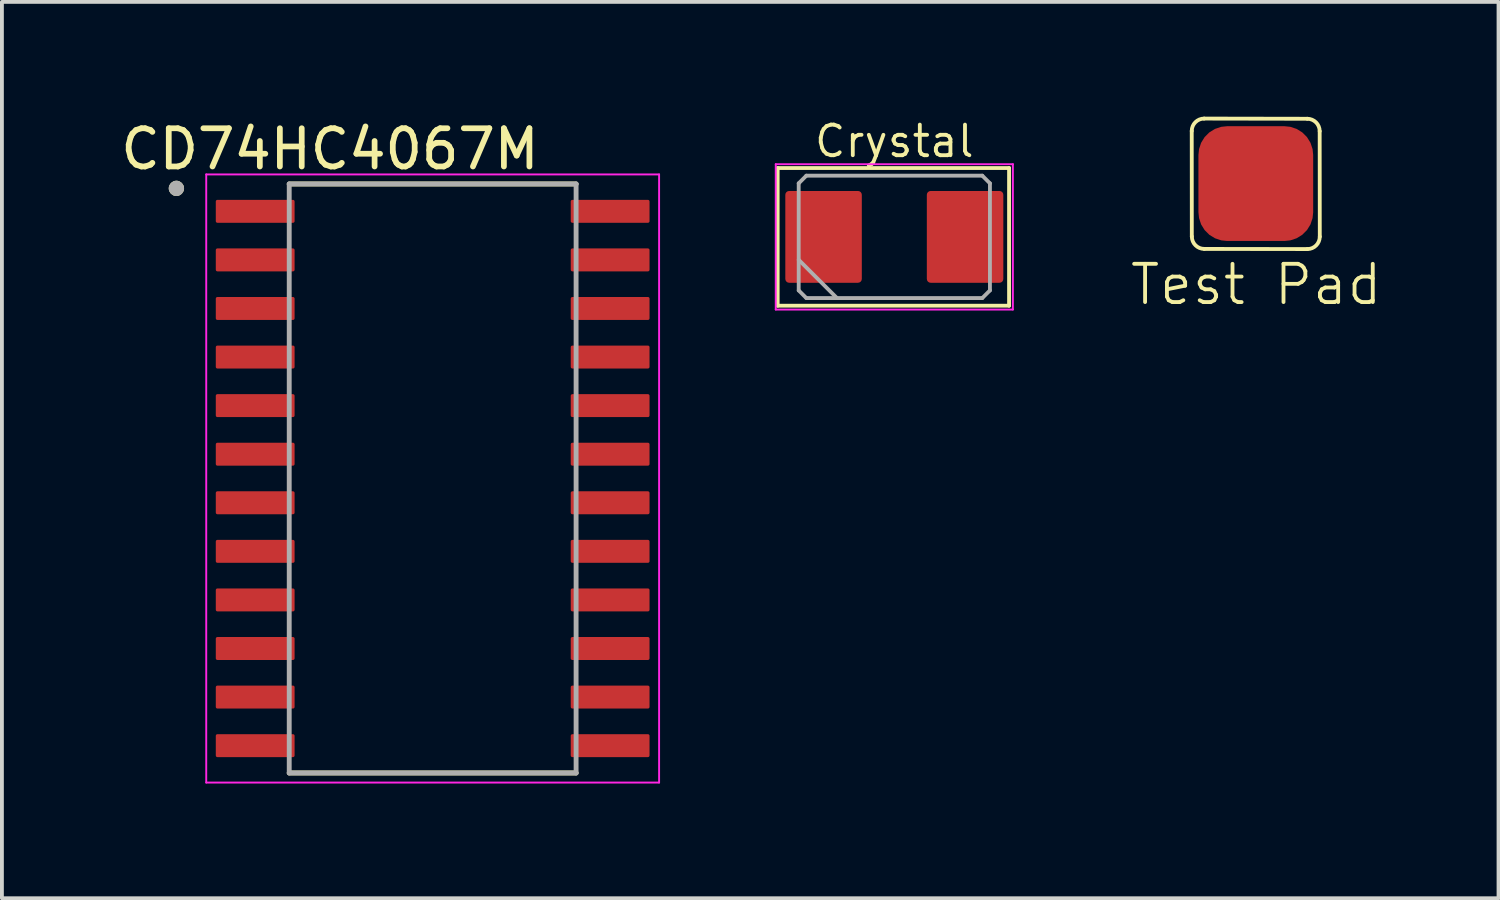
<source format=kicad_pcb>
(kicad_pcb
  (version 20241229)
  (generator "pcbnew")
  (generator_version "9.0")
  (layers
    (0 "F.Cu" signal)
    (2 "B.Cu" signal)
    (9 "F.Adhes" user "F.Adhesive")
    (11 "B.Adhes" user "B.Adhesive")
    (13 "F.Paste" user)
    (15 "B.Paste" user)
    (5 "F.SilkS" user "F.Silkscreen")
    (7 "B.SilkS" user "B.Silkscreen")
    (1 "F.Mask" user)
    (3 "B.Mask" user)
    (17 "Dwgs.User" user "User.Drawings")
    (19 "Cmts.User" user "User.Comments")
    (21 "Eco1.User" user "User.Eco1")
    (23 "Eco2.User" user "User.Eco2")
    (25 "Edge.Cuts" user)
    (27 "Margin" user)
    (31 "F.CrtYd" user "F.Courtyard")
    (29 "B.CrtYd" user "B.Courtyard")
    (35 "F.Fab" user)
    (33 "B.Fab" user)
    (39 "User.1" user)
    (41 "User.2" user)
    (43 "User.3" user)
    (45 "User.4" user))
  (footprint "CD74HC4067M"
    (layer "F.Cu")
    (at 8.262 9.46)
    (property "Reference" "CD74HC4067M" (at -2.685 -8.612 0) (layer "F.SilkS") (effects (font (size 1 1) (thickness 0.15))))
    (attr smd)
    (fp_line (start -3.75 -7.7) (end 3.75 -7.7) (stroke (width 0.127) (type solid)) (layer "F.SilkS"))
    (fp_line (start -3.75 7.7) (end 3.75 7.7) (stroke (width 0.127) (type solid)) (layer "F.SilkS"))
    (fp_circle (center -6.7 -7.585) (end -6.6 -7.585) (stroke (width 0.2) (type solid)) (fill no) (layer "F.SilkS"))
    (fp_line (start -5.92 -7.95) (end -5.92 7.95) (stroke (width 0.05) (type solid)) (layer "F.CrtYd"))
    (fp_line (start -5.92 -7.95) (end 5.92 -7.95) (stroke (width 0.05) (type solid)) (layer "F.CrtYd"))
    (fp_line (start -5.92 7.95) (end 5.92 7.95) (stroke (width 0.05) (type solid)) (layer "F.CrtYd"))
    (fp_line (start 5.92 -7.95) (end 5.92 7.95) (stroke (width 0.05) (type solid)) (layer "F.CrtYd"))
    (fp_line (start -3.75 -7.7) (end -3.75 7.7) (stroke (width 0.127) (type solid)) (layer "F.Fab"))
    (fp_line (start -3.75 -7.7) (end 3.75 -7.7) (stroke (width 0.127) (type solid)) (layer "F.Fab"))
    (fp_line (start -3.75 7.7) (end 3.75 7.7) (stroke (width 0.127) (type solid)) (layer "F.Fab"))
    (fp_line (start 3.75 -7.7) (end 3.75 7.7) (stroke (width 0.127) (type solid)) (layer "F.Fab"))
    (fp_circle (center -6.7 -7.585) (end -6.6 -7.585) (stroke (width 0.2) (type solid)) (fill no) (layer "F.Fab"))
    (pad "1" smd roundrect (at -4.64 -6.985) (size 2.06 0.6) (layers "F.Cu" "F.Mask" "F.Paste") (roundrect_rratio 0.07))
    (pad "2" smd roundrect (at -4.64 -5.715) (size 2.06 0.6) (layers "F.Cu" "F.Mask" "F.Paste") (roundrect_rratio 0.07))
    (pad "3" smd roundrect (at -4.64 -4.445) (size 2.06 0.6) (layers "F.Cu" "F.Mask" "F.Paste") (roundrect_rratio 0.07))
    (pad "4" smd roundrect (at -4.64 -3.175) (size 2.06 0.6) (layers "F.Cu" "F.Mask" "F.Paste") (roundrect_rratio 0.07))
    (pad "5" smd roundrect (at -4.64 -1.905) (size 2.06 0.6) (layers "F.Cu" "F.Mask" "F.Paste") (roundrect_rratio 0.07))
    (pad "6" smd roundrect (at -4.64 -0.635) (size 2.06 0.6) (layers "F.Cu" "F.Mask" "F.Paste") (roundrect_rratio 0.07))
    (pad "7" smd roundrect (at -4.64 0.635) (size 2.06 0.6) (layers "F.Cu" "F.Mask" "F.Paste") (roundrect_rratio 0.07))
    (pad "8" smd roundrect (at -4.64 1.905) (size 2.06 0.6) (layers "F.Cu" "F.Mask" "F.Paste") (roundrect_rratio 0.07))
    (pad "9" smd roundrect (at -4.64 3.175) (size 2.06 0.6) (layers "F.Cu" "F.Mask" "F.Paste") (roundrect_rratio 0.07))
    (pad "10" smd roundrect (at -4.64 4.445) (size 2.06 0.6) (layers "F.Cu" "F.Mask" "F.Paste") (roundrect_rratio 0.07))
    (pad "11" smd roundrect (at -4.64 5.715) (size 2.06 0.6) (layers "F.Cu" "F.Mask" "F.Paste") (roundrect_rratio 0.07))
    (pad "12" smd roundrect (at -4.64 6.985) (size 2.06 0.6) (layers "F.Cu" "F.Mask" "F.Paste") (roundrect_rratio 0.07))
    (pad "13" smd roundrect (at 4.64 6.985) (size 2.06 0.6) (layers "F.Cu" "F.Mask" "F.Paste") (roundrect_rratio 0.07))
    (pad "14" smd roundrect (at 4.64 5.715) (size 2.06 0.6) (layers "F.Cu" "F.Mask" "F.Paste") (roundrect_rratio 0.07))
    (pad "15" smd roundrect (at 4.64 4.445) (size 2.06 0.6) (layers "F.Cu" "F.Mask" "F.Paste") (roundrect_rratio 0.07))
    (pad "16" smd roundrect (at 4.64 3.175) (size 2.06 0.6) (layers "F.Cu" "F.Mask" "F.Paste") (roundrect_rratio 0.07))
    (pad "17" smd roundrect (at 4.64 1.905) (size 2.06 0.6) (layers "F.Cu" "F.Mask" "F.Paste") (roundrect_rratio 0.07))
    (pad "18" smd roundrect (at 4.64 0.635) (size 2.06 0.6) (layers "F.Cu" "F.Mask" "F.Paste") (roundrect_rratio 0.07))
    (pad "19" smd roundrect (at 4.64 -0.635) (size 2.06 0.6) (layers "F.Cu" "F.Mask" "F.Paste") (roundrect_rratio 0.07))
    (pad "20" smd roundrect (at 4.64 -1.905) (size 2.06 0.6) (layers "F.Cu" "F.Mask" "F.Paste") (roundrect_rratio 0.07))
    (pad "21" smd roundrect (at 4.64 -3.175) (size 2.06 0.6) (layers "F.Cu" "F.Mask" "F.Paste") (roundrect_rratio 0.07))
    (pad "22" smd roundrect (at 4.64 -4.445) (size 2.06 0.6) (layers "F.Cu" "F.Mask" "F.Paste") (roundrect_rratio 0.07))
    (pad "23" smd roundrect (at 4.64 -5.715) (size 2.06 0.6) (layers "F.Cu" "F.Mask" "F.Paste") (roundrect_rratio 0.07))
    (pad "24" smd roundrect (at 4.64 -6.985) (size 2.06 0.6) (layers "F.Cu" "F.Mask" "F.Paste") (roundrect_rratio 0.07)))
  (footprint "Test Pad"
    (layer "F.Cu")
    (at 29.783 1.75)
    (property "Reference" "Test Pad" (at 0.01 2.64 0) (unlocked yes) (layer "F.SilkS") (effects (font (size 1 1) (thickness 0.1))))
    (attr smd)
    (fp_line (start -1.675 -1.375) (end -1.673 1.383) (stroke (width 0.1) (type default)) (layer "F.SilkS"))
    (fp_line (start -1.35 -1.7) (end 1.345 -1.695) (stroke (width 0.1) (type default)) (layer "F.SilkS"))
    (fp_line (start 1.348 1.712) (end -1.348 1.708) (stroke (width 0.1) (type default)) (layer "F.SilkS"))
    (fp_line (start 1.67 -1.37) (end 1.673 1.387) (stroke (width 0.1) (type default)) (layer "F.SilkS"))
    (fp_arc (start -1.675 -1.375) (mid -1.57981 -1.60481) (end -1.35 -1.7) (stroke (width 0.1) (type default)) (layer "F.SilkS"))
    (fp_arc (start -1.347595 1.707595) (mid -1.577405 1.612405) (end -1.672595 1.382595) (stroke (width 0.1) (type default)) (layer "F.SilkS"))
    (fp_arc (start 1.34519 -1.69519) (mid 1.575 -1.6) (end 1.67019 -1.37019) (stroke (width 0.1) (type default)) (layer "F.SilkS"))
    (fp_arc (start 1.672595 1.387405) (mid 1.577405 1.617215) (end 1.347595 1.712405) (stroke (width 0.1) (type default)) (layer "F.SilkS"))
    (pad "1" smd roundrect (at 0 0) (size 3 3) (layers "F.Cu" "F.Mask" "F.Paste") (roundrect_rratio 0.25)))
  (footprint "Crystal"
    (layer "F.Cu")
    (at 20.332 3.143)
    (property "Reference" "Crystal" (at 0 -2.5 0) (unlocked yes) (layer "F.SilkS") (effects (font (size 0.8 0.8) (thickness 0.1))))
    (attr smd)
    (fp_line (start -3.05 -1.8) (end -3.05 1.8) (stroke (width 0.1) (type solid)) (layer "F.SilkS"))
    (fp_line (start -3.05 1.8) (end 3 1.8) (stroke (width 0.1) (type solid)) (layer "F.SilkS"))
    (fp_line (start 3 -1.8) (end -3.05 -1.8) (stroke (width 0.1) (type solid)) (layer "F.SilkS"))
    (fp_line (start 3 -1.8) (end 3 1.8) (stroke (width 0.1) (type solid)) (layer "F.SilkS"))
    (fp_line (start -3.1 -1.9) (end -3.1 1.9) (stroke (width 0.05) (type solid)) (layer "F.CrtYd"))
    (fp_line (start -3.1 1.9) (end 3.1 1.9) (stroke (width 0.05) (type solid)) (layer "F.CrtYd"))
    (fp_line (start 3.1 -1.9) (end -3.1 -1.9) (stroke (width 0.05) (type solid)) (layer "F.CrtYd"))
    (fp_line (start 3.1 1.9) (end 3.1 -1.9) (stroke (width 0.05) (type solid)) (layer "F.CrtYd"))
    (fp_line (start -2.5 -1.4) (end -2.3 -1.6) (stroke (width 0.1) (type solid)) (layer "F.Fab"))
    (fp_line (start -2.5 0.6) (end -1.5 1.6) (stroke (width 0.1) (type solid)) (layer "F.Fab"))
    (fp_line (start -2.5 1.4) (end -2.5 -1.4) (stroke (width 0.1) (type solid)) (layer "F.Fab"))
    (fp_line (start -2.3 -1.6) (end 2.3 -1.6) (stroke (width 0.1) (type solid)) (layer "F.Fab"))
    (fp_line (start -2.3 1.6) (end -2.5 1.4) (stroke (width 0.1) (type solid)) (layer "F.Fab"))
    (fp_line (start 2.3 -1.6) (end 2.5 -1.4) (stroke (width 0.1) (type solid)) (layer "F.Fab"))
    (fp_line (start 2.3 1.6) (end -2.3 1.6) (stroke (width 0.1) (type solid)) (layer "F.Fab"))
    (fp_line (start 2.5 -1.4) (end 2.5 1.4) (stroke (width 0.1) (type solid)) (layer "F.Fab"))
    (fp_line (start 2.5 1.4) (end 2.3 1.6) (stroke (width 0.1) (type solid)) (layer "F.Fab"))
    (pad "1" smd roundrect (at -1.85 0) (size 2 2.4) (layers "F.Cu" "F.Mask" "F.Paste") (roundrect_rratio 0.05))
    (pad "2" smd roundrect (at 1.85 0) (size 2 2.4) (layers "F.Cu" "F.Mask" "F.Paste") (roundrect_rratio 0.05)))
  (gr_rect
    (start -3 -3)
    (end 36.129 20.435)
    (stroke (width 0.1) (type default))
    (fill no)
    (layer "Edge.Cuts")))
</source>
